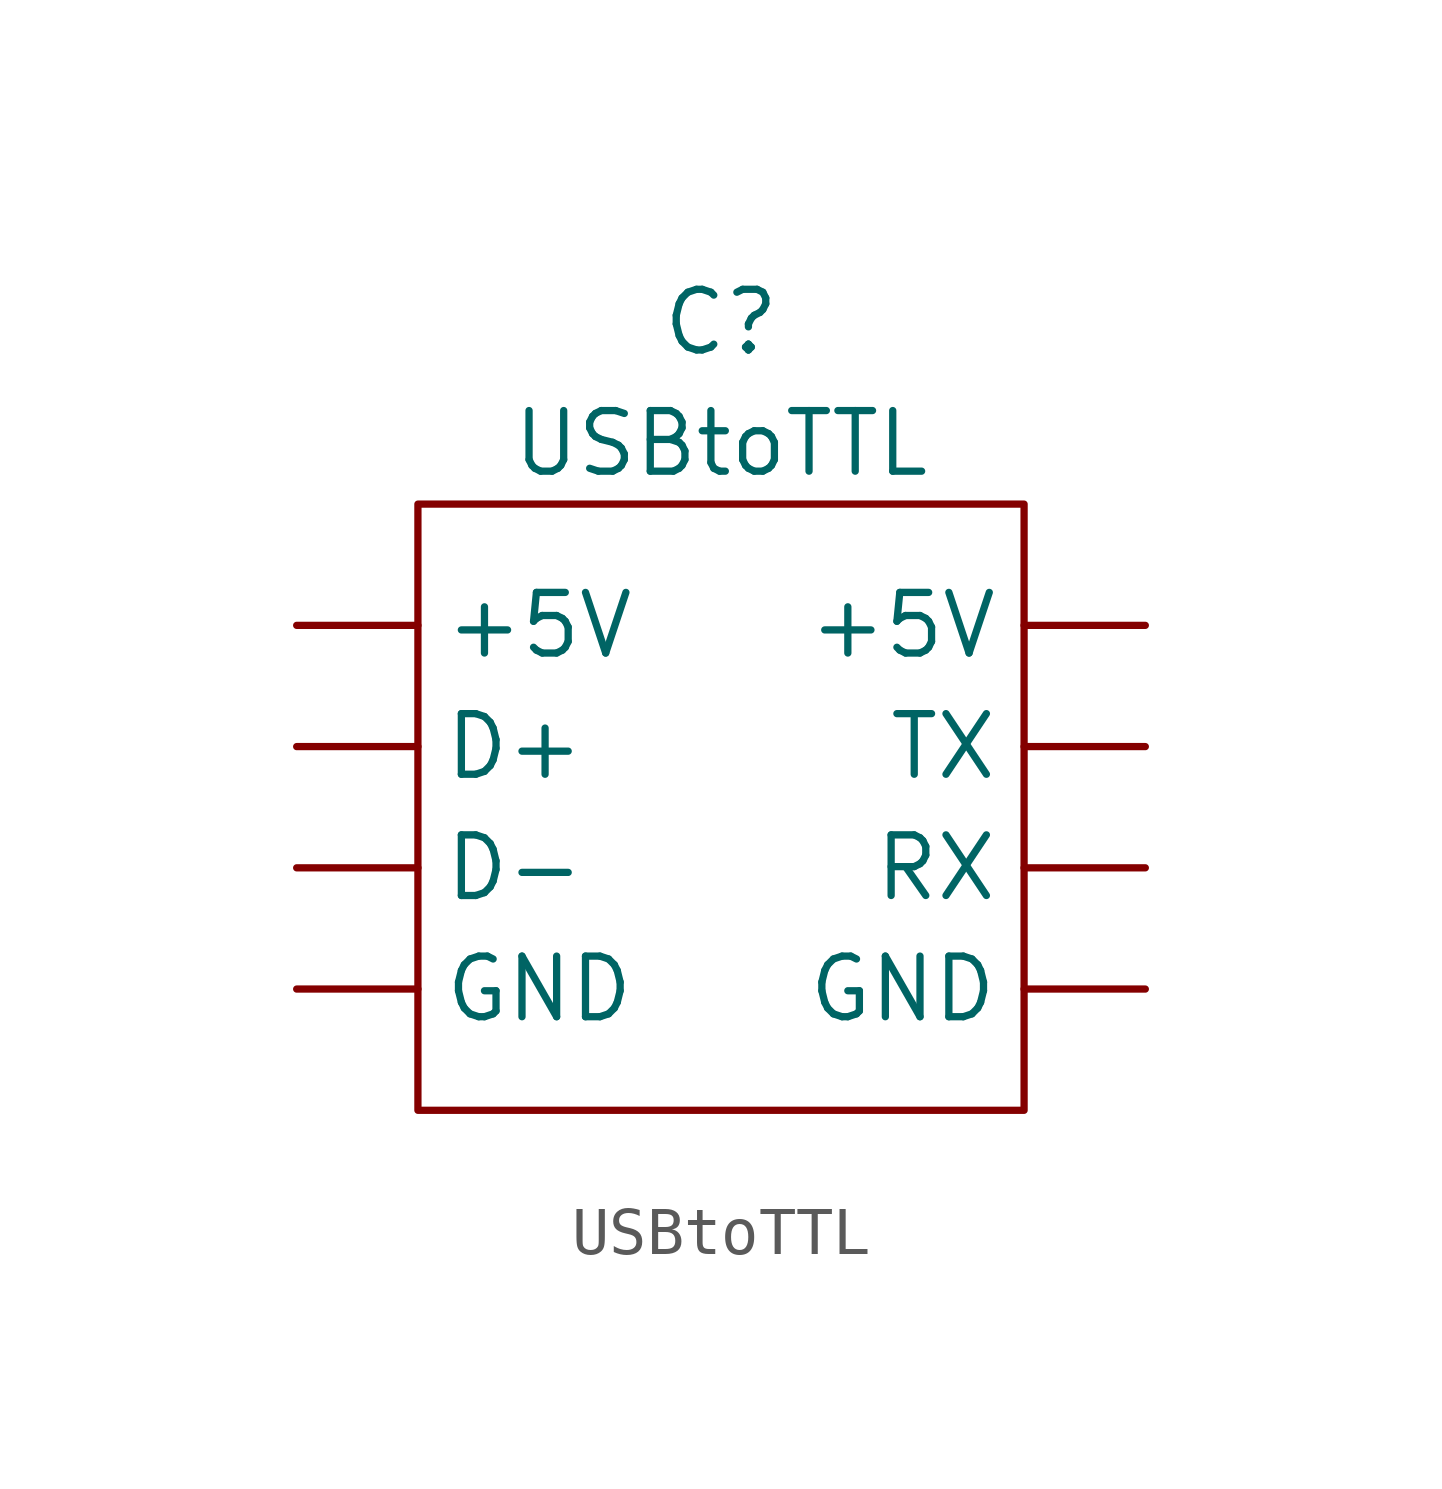
<source format=kicad_sym>
(kicad_symbol_lib
  (version 20211014)
  (generator kicad_symbol_editor)
  (symbol "USBtoTTL"
    (property "Reference" "C"
      (at 3.81 1.27 0)
      (effects (font (size 1.27 1.27))))
    (property "Value" "USBtoTTL"
      (at 3.81 -1.27 0)
      (effects (font (size 1.27 1.27))))
    (symbol "USBtoTTL_0_1"
      (rectangle (start -2.54 -2.54) (end 10.16 -15.24) (stroke (width 0) (type default) (color 0 0 0 0)) (fill (type none))))
    (symbol "USBtoTTL_1_1"
      (pin input line (at -5.08 -5.08 0) (length 2.54) (name "+5V" (effects (font (size 1.27 1.27)))) (number "" (effects (font (size 1.27 1.27)))))
      (pin input line (at 12.7 -5.08 180) (length 2.54) (name "+5V" (effects (font (size 1.27 1.27)))) (number "" (effects (font (size 1.27 1.27)))))
      (pin input line (at -5.08 -7.62 0) (length 2.54) (name "D+" (effects (font (size 1.27 1.27)))) (number "" (effects (font (size 1.27 1.27)))))
      (pin input line (at -5.08 -10.16 0) (length 2.54) (name "D-" (effects (font (size 1.27 1.27)))) (number "" (effects (font (size 1.27 1.27)))))
      (pin input line (at -5.08 -12.7 0) (length 2.54) (name "GND" (effects (font (size 1.27 1.27)))) (number "" (effects (font (size 1.27 1.27)))))
      (pin input line (at 12.7 -12.7 180) (length 2.54) (name "GND" (effects (font (size 1.27 1.27)))) (number "" (effects (font (size 1.27 1.27)))))
      (pin output line (at 12.7 -10.16 180) (length 2.54) (name "RX" (effects (font (size 1.27 1.27)))) (number "" (effects (font (size 1.27 1.27)))))
      (pin output line (at 12.7 -7.62 180) (length 2.54) (name "TX" (effects (font (size 1.27 1.27)))) (number "" (effects (font (size 1.27 1.27))))))))
</source>
